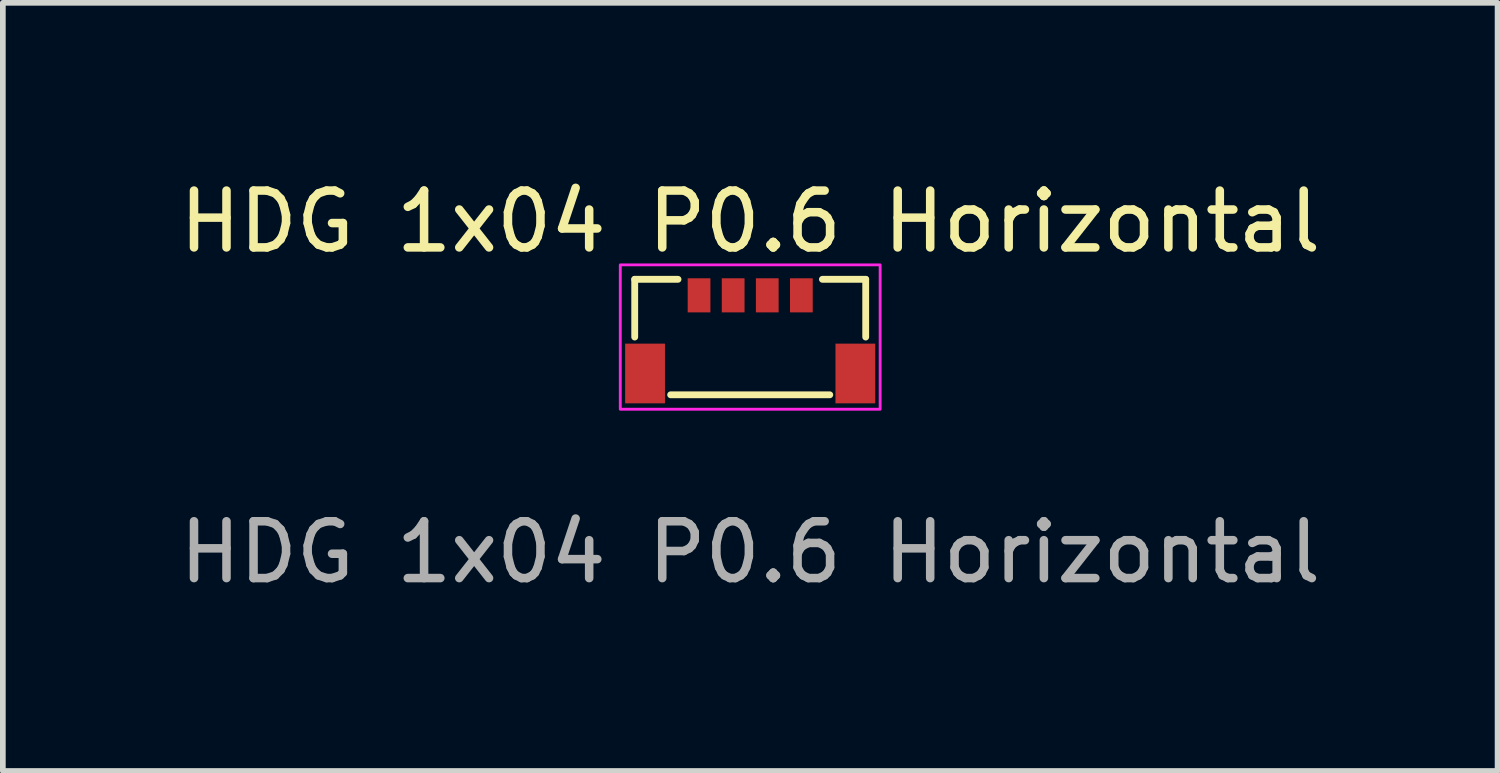
<source format=kicad_pcb>
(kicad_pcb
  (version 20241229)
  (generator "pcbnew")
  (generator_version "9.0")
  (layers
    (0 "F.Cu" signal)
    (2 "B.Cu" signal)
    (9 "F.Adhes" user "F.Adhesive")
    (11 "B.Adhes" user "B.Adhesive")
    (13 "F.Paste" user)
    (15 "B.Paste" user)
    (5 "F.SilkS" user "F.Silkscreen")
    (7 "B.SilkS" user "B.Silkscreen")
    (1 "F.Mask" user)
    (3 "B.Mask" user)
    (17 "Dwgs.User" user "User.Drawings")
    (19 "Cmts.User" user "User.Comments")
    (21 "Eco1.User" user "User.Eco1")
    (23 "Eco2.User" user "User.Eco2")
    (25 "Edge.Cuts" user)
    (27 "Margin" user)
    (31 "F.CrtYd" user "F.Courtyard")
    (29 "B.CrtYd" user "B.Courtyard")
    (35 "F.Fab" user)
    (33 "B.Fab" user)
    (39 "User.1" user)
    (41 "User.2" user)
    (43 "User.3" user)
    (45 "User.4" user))
  (footprint "HDG 1x04 P0.6 Horizontal"
    (layer "F.Cu")
    (at 10.149 3.896)
    (property "Reference" "HDG 1x04 P0.6 Horizontal" (at 0 -3.048 0) (unlocked yes) (layer "F.SilkS") (effects (font (size 1 1) (thickness 0.15))))
    (attr smd)
    (fp_line (start -2.032 -2.032) (end -2.032 -1.016) (stroke (width 0.12) (type default)) (layer "F.SilkS"))
    (fp_line (start -1.4 0) (end 1.4 0) (stroke (width 0.12) (type default)) (layer "F.SilkS"))
    (fp_line (start -1.27 -2.032) (end -2.032 -2.032) (stroke (width 0.12) (type default)) (layer "F.SilkS"))
    (fp_line (start 2.032 -2.032) (end 1.27 -2.032) (stroke (width 0.12) (type default)) (layer "F.SilkS"))
    (fp_line (start 2.032 -1.016) (end 2.032 -2.032) (stroke (width 0.12) (type default)) (layer "F.SilkS"))
    (fp_rect (start -2.286 -2.286) (end 2.286 0.254) (stroke (width 0.05) (type default)) (fill no) (layer "F.CrtYd"))
    (fp_text user "${REFERENCE}" (at 0 2.77 0) (unlocked yes) (layer "F.Fab") (effects (font (size 1 1) (thickness 0.15))))
    (pad "" smd rect (at -1.85 -0.375 90) (size 1.05 0.7) (layers "F.Cu" "F.Mask" "F.Paste"))
    (pad "" smd rect (at 1.85 -0.375 90) (size 1.05 0.7) (layers "F.Cu" "F.Mask" "F.Paste"))
    (pad "1" smd rect (at -0.9 -1.75 90) (size 0.6 0.4) (layers "F.Cu" "F.Mask" "F.Paste"))
    (pad "2" smd rect (at -0.3 -1.75 90) (size 0.6 0.4) (layers "F.Cu" "F.Mask" "F.Paste"))
    (pad "3" smd rect (at 0.3 -1.75 90) (size 0.6 0.4) (layers "F.Cu" "F.Mask" "F.Paste"))
    (pad "4" smd rect (at 0.9 -1.75 90) (size 0.6 0.4) (layers "F.Cu" "F.Mask" "F.Paste")))
  (gr_rect
    (start -3 -3)
    (end 23.298 10.514)
    (stroke (width 0.1) (type default))
    (fill no)
    (layer "Edge.Cuts")))
</source>
